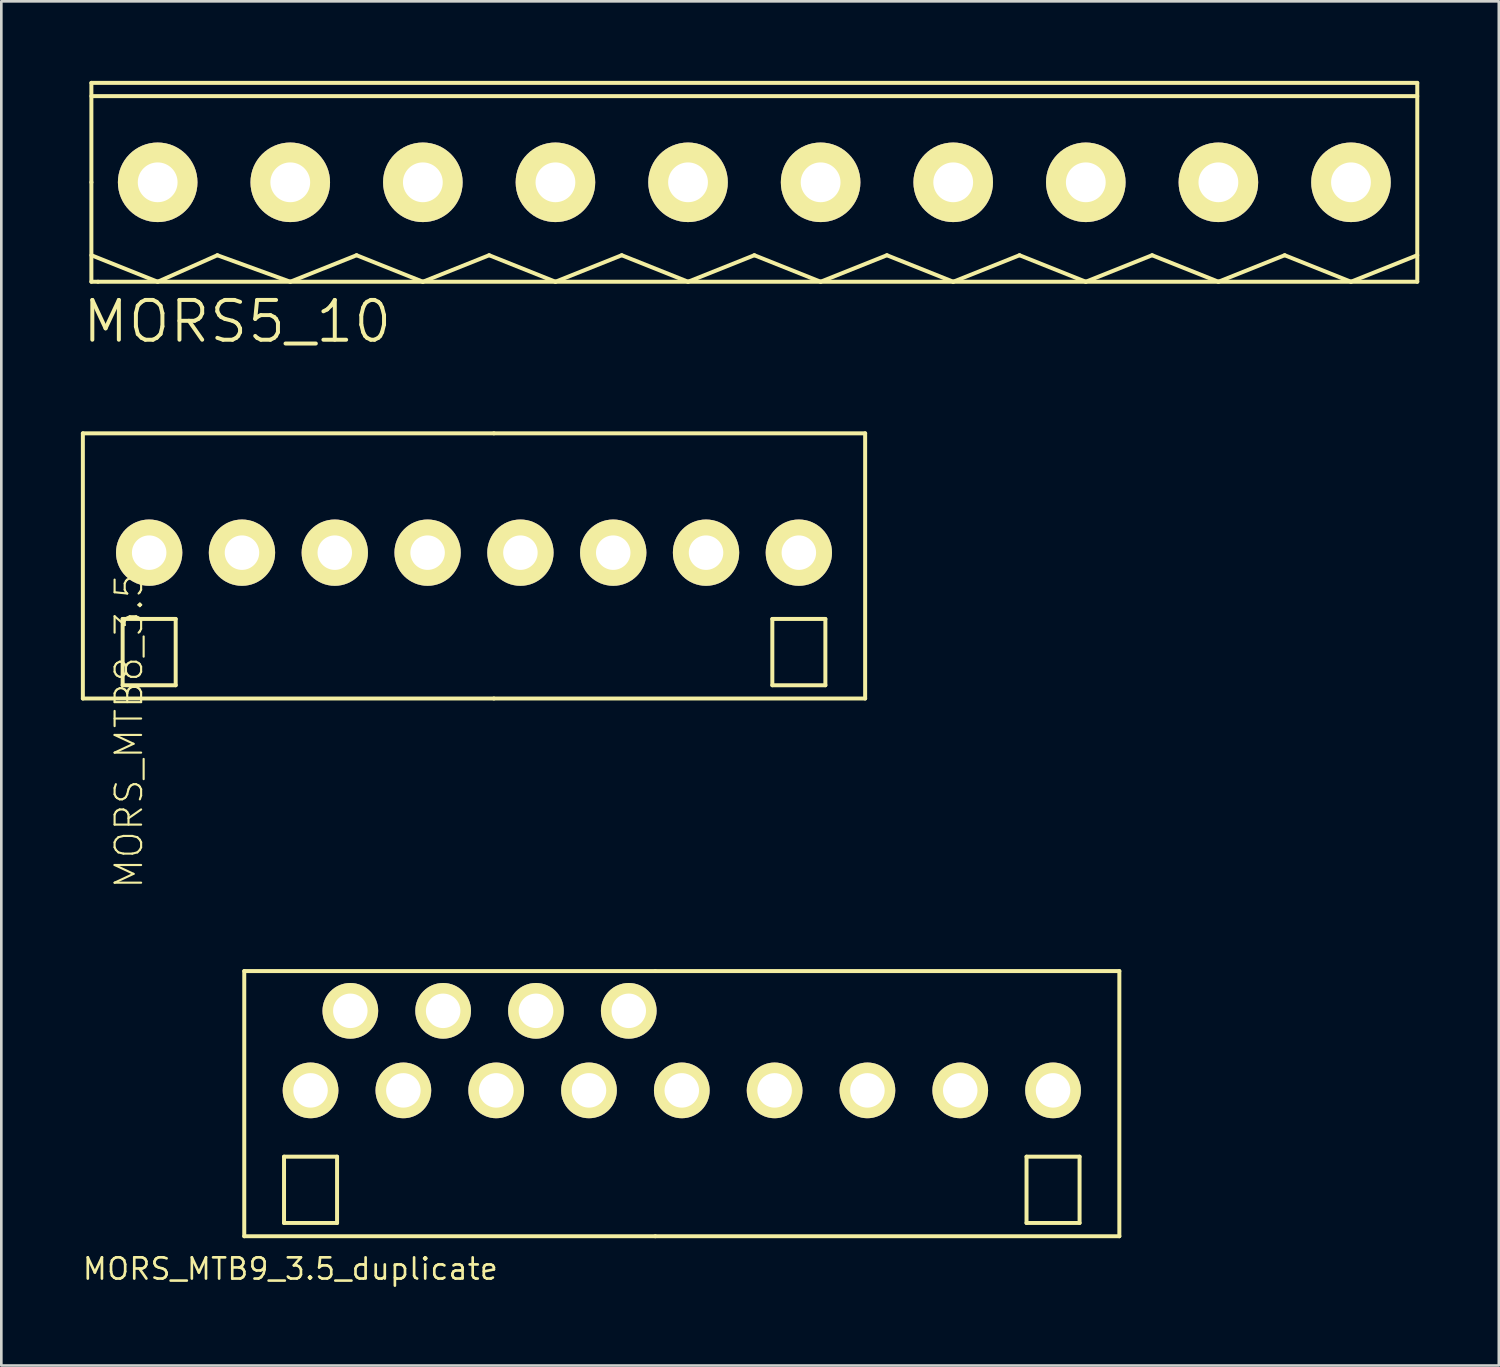
<source format=kicad_pcb>
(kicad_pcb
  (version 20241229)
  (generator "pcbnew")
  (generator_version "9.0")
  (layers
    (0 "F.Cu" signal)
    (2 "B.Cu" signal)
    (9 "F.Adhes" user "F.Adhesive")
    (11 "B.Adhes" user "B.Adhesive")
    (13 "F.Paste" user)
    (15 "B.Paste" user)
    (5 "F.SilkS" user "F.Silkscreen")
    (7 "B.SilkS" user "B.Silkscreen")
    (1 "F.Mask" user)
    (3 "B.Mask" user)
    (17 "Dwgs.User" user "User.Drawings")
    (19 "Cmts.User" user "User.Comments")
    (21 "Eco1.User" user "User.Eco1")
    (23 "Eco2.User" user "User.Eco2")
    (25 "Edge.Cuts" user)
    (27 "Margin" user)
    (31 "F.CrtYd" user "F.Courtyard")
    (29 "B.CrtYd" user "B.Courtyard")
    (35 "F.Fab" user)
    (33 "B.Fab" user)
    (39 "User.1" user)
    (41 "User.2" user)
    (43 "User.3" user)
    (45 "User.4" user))
  (footprint "MORS_MTB8_3.5"
    (layer "F.Cu")
    (at 2.575 17.791)
    (property "Reference" "MORS_MTB8_3.5" (at -0.762 6.731 90) (layer "F.SilkS") (effects (font (size 1 1) (thickness 0.08))))
    (attr through_hole)
    (fp_line (start -2.5 -4.5) (end 13 -4.5) (stroke (width 0.15) (type solid)) (layer "F.SilkS"))
    (fp_line (start -2.5 5.5) (end -2.5 -4.5) (stroke (width 0.15) (type solid)) (layer "F.SilkS"))
    (fp_line (start -1 2.5) (end -1 5) (stroke (width 0.15) (type solid)) (layer "F.SilkS"))
    (fp_line (start -1 5) (end 1 5) (stroke (width 0.15) (type solid)) (layer "F.SilkS"))
    (fp_line (start 1 2.5) (end -1 2.5) (stroke (width 0.15) (type solid)) (layer "F.SilkS"))
    (fp_line (start 1 5) (end 1 2.5) (stroke (width 0.15) (type solid)) (layer "F.SilkS"))
    (fp_line (start 13 5.5) (end -2.5 5.5) (stroke (width 0.15) (type solid)) (layer "F.SilkS"))
    (fp_line (start 13 5.5) (end 27 5.5) (stroke (width 0.15) (type solid)) (layer "F.SilkS"))
    (fp_line (start 23.5 2.5) (end 23.5 5) (stroke (width 0.15) (type solid)) (layer "F.SilkS"))
    (fp_line (start 23.5 5) (end 25.5 5) (stroke (width 0.15) (type solid)) (layer "F.SilkS"))
    (fp_line (start 25.5 2.5) (end 23.5 2.5) (stroke (width 0.15) (type solid)) (layer "F.SilkS"))
    (fp_line (start 25.5 5) (end 25.5 2.5) (stroke (width 0.15) (type solid)) (layer "F.SilkS"))
    (fp_line (start 27 -4.5) (end 13 -4.5) (stroke (width 0.15) (type solid)) (layer "F.SilkS"))
    (fp_line (start 27 -4.5) (end 27 5.5) (stroke (width 0.15) (type solid)) (layer "F.SilkS"))
    (pad "1" thru_hole circle (at 0 0) (size 2.5 2.5) (drill 1.3) (layers "*.Cu" "*.Mask" "F.SilkS"))
    (pad "2" thru_hole circle (at 3.5 0) (size 2.5 2.5) (drill 1.3) (layers "*.Cu" "*.Mask" "F.SilkS"))
    (pad "3" thru_hole circle (at 7 0) (size 2.5 2.5) (drill 1.3) (layers "*.Cu" "*.Mask" "F.SilkS"))
    (pad "4" thru_hole circle (at 10.5 0) (size 2.5 2.5) (drill 1.3) (layers "*.Cu" "*.Mask" "F.SilkS"))
    (pad "5" thru_hole circle (at 14 0) (size 2.5 2.5) (drill 1.3) (layers "*.Cu" "*.Mask" "F.SilkS"))
    (pad "6" thru_hole circle (at 17.5 0) (size 2.5 2.5) (drill 1.3) (layers "*.Cu" "*.Mask" "F.SilkS"))
    (pad "7" thru_hole circle (at 21 0) (size 2.5 2.5) (drill 1.3) (layers "*.Cu" "*.Mask" "F.SilkS"))
    (pad "8" thru_hole circle (at 24.5 0) (size 2.5 2.5) (drill 1.3) (layers "*.Cu" "*.Mask" "F.SilkS")))
  (footprint "MORS5_10"
    (layer "F.Cu")
    (at 2.896 3.825)
    (property "Reference" "MORS5_10" (at 3 5.25 0) (layer "F.SilkS") (effects (font (size 1.5 1.5) (thickness 0.15))))
    (attr through_hole)
    (fp_line (start -2.5 -3.75) (end 47.5 -3.75) (stroke (width 0.15) (type solid)) (layer "F.SilkS"))
    (fp_line (start -2.5 -3.25) (end 47.5 -3.25) (stroke (width 0.15) (type solid)) (layer "F.SilkS"))
    (fp_line (start -2.5 0) (end -2.5 -3.75) (stroke (width 0.15) (type solid)) (layer "F.SilkS"))
    (fp_line (start -2.5 2.75) (end 0 3.75) (stroke (width 0.15) (type solid)) (layer "F.SilkS"))
    (fp_line (start -2.5 3.75) (end -2.5 0) (stroke (width 0.15) (type solid)) (layer "F.SilkS"))
    (fp_line (start -2.25 3.75) (end -2.5 3.75) (stroke (width 0.15) (type solid)) (layer "F.SilkS"))
    (fp_line (start 0 3.75) (end 2.25 2.75) (stroke (width 0.15) (type solid)) (layer "F.SilkS"))
    (fp_line (start 2.25 2.75) (end 5 3.75) (stroke (width 0.15) (type solid)) (layer "F.SilkS"))
    (fp_line (start 5 3.75) (end 7.5 2.75) (stroke (width 0.15) (type solid)) (layer "F.SilkS"))
    (fp_line (start 7.5 2.75) (end 10 3.75) (stroke (width 0.15) (type solid)) (layer "F.SilkS"))
    (fp_line (start 10 3.75) (end 12.5 2.75) (stroke (width 0.15) (type solid)) (layer "F.SilkS"))
    (fp_line (start 12.5 2.75) (end 15 3.75) (stroke (width 0.15) (type solid)) (layer "F.SilkS"))
    (fp_line (start 15 3.75) (end 17.5 2.75) (stroke (width 0.15) (type solid)) (layer "F.SilkS"))
    (fp_line (start 17.5 2.75) (end 20 3.75) (stroke (width 0.15) (type solid)) (layer "F.SilkS"))
    (fp_line (start 20 3.75) (end 22.5 2.75) (stroke (width 0.15) (type solid)) (layer "F.SilkS"))
    (fp_line (start 22.5 2.75) (end 25 3.75) (stroke (width 0.15) (type solid)) (layer "F.SilkS"))
    (fp_line (start 25 3.75) (end 27.5 2.75) (stroke (width 0.15) (type solid)) (layer "F.SilkS"))
    (fp_line (start 27.5 2.75) (end 30 3.75) (stroke (width 0.15) (type solid)) (layer "F.SilkS"))
    (fp_line (start 30 3.75) (end 32.5 2.75) (stroke (width 0.15) (type solid)) (layer "F.SilkS"))
    (fp_line (start 32.5 2.75) (end 35 3.75) (stroke (width 0.15) (type solid)) (layer "F.SilkS"))
    (fp_line (start 35 3.75) (end 37.5 2.75) (stroke (width 0.15) (type solid)) (layer "F.SilkS"))
    (fp_line (start 37.5 2.75) (end 40 3.75) (stroke (width 0.15) (type solid)) (layer "F.SilkS"))
    (fp_line (start 40 3.75) (end 42.5 2.75) (stroke (width 0.15) (type solid)) (layer "F.SilkS"))
    (fp_line (start 42.5 2.75) (end 45 3.75) (stroke (width 0.15) (type solid)) (layer "F.SilkS"))
    (fp_line (start 45 3.75) (end 47.5 2.75) (stroke (width 0.15) (type solid)) (layer "F.SilkS"))
    (fp_line (start 47.5 3.75) (end -2.25 3.75) (stroke (width 0.15) (type solid)) (layer "F.SilkS"))
    (fp_line (start 47.5 3.75) (end 47.5 -3.75) (stroke (width 0.15) (type solid)) (layer "F.SilkS"))
    (pad "1" thru_hole circle (at 0 0) (size 3 3) (drill 1.5) (layers "*.Cu" "*.Mask" "F.SilkS"))
    (pad "2" thru_hole circle (at 5 0) (size 3 3) (drill 1.5) (layers "*.Cu" "*.Mask" "F.SilkS"))
    (pad "3" thru_hole circle (at 10 0) (size 3 3) (drill 1.5) (layers "*.Cu" "*.Mask" "F.SilkS"))
    (pad "4" thru_hole circle (at 15 0) (size 3 3) (drill 1.5) (layers "*.Cu" "*.Mask" "F.SilkS"))
    (pad "5" thru_hole circle (at 20 0) (size 3 3) (drill 1.5) (layers "*.Cu" "*.Mask" "F.SilkS"))
    (pad "6" thru_hole circle (at 25 0) (size 3 3) (drill 1.5) (layers "*.Cu" "*.Mask" "F.SilkS"))
    (pad "7" thru_hole circle (at 30 0) (size 3 3) (drill 1.5) (layers "*.Cu" "*.Mask" "F.SilkS"))
    (pad "8" thru_hole circle (at 35 0) (size 3 3) (drill 1.5) (layers "*.Cu" "*.Mask" "F.SilkS"))
    (pad "9" thru_hole circle (at 40 0) (size 3 3) (drill 1.5) (layers "*.Cu" "*.Mask" "F.SilkS"))
    (pad "10" thru_hole circle (at 45 0) (size 3 3) (drill 1.5) (layers "*.Cu" "*.Mask" "F.SilkS")))
  (footprint "MORS_MTB9_3.5_duplicate"
    (layer "F.Cu")
    (at 8.661 38.069)
    (property "Reference" "MORS_MTB9_3.5_duplicate" (at -0.762 6.731 0) (layer "F.SilkS") (effects (font (size 0.8 0.8) (thickness 0.1))))
    (attr through_hole)
    (fp_line (start -2.5 -4.5) (end 13 -4.5) (stroke (width 0.15) (type solid)) (layer "F.SilkS"))
    (fp_line (start -2.5 5.5) (end -2.5 -4.5) (stroke (width 0.15) (type solid)) (layer "F.SilkS"))
    (fp_line (start -1 2.5) (end -1 5) (stroke (width 0.15) (type solid)) (layer "F.SilkS"))
    (fp_line (start -1 5) (end 1 5) (stroke (width 0.15) (type solid)) (layer "F.SilkS"))
    (fp_line (start 1 2.5) (end -1 2.5) (stroke (width 0.15) (type solid)) (layer "F.SilkS"))
    (fp_line (start 1 5) (end 1 2.5) (stroke (width 0.15) (type solid)) (layer "F.SilkS"))
    (fp_line (start 13 5.5) (end -2.5 5.5) (stroke (width 0.15) (type solid)) (layer "F.SilkS"))
    (fp_line (start 13 5.5) (end 30.5 5.5) (stroke (width 0.15) (type solid)) (layer "F.SilkS"))
    (fp_line (start 27 2.5) (end 27 5) (stroke (width 0.15) (type solid)) (layer "F.SilkS"))
    (fp_line (start 27 5) (end 29 5) (stroke (width 0.15) (type solid)) (layer "F.SilkS"))
    (fp_line (start 29 2.5) (end 27 2.5) (stroke (width 0.15) (type solid)) (layer "F.SilkS"))
    (fp_line (start 29 5) (end 29 2.5) (stroke (width 0.15) (type solid)) (layer "F.SilkS"))
    (fp_line (start 30.5 -4.5) (end 13 -4.5) (stroke (width 0.15) (type solid)) (layer "F.SilkS"))
    (fp_line (start 30.5 -4.5) (end 30.5 5.5) (stroke (width 0.15) (type solid)) (layer "F.SilkS"))
    (pad "1" thru_hole circle (at 0 0) (size 2.1 2.1) (drill 1.3) (layers "*.Cu" "*.Mask" "F.SilkS"))
    (pad "2" thru_hole circle (at 3.5 0) (size 2.1 2.1) (drill 1.3) (layers "*.Cu" "*.Mask" "F.SilkS"))
    (pad "3" thru_hole circle (at 7 0) (size 2.1 2.1) (drill 1.3) (layers "*.Cu" "*.Mask" "F.SilkS"))
    (pad "4" thru_hole circle (at 10.5 0) (size 2.1 2.1) (drill 1.3) (layers "*.Cu" "*.Mask" "F.SilkS"))
    (pad "5" thru_hole circle (at 14 0) (size 2.1 2.1) (drill 1.3) (layers "*.Cu" "*.Mask" "F.SilkS"))
    (pad "6" thru_hole circle (at 1.5 -3) (size 2.1 2.1) (drill 1.3) (layers "*.Cu" "*.Mask" "F.SilkS"))
    (pad "6" thru_hole circle (at 17.5 0) (size 2.1 2.1) (drill 1.3) (layers "*.Cu" "*.Mask" "F.SilkS"))
    (pad "7" thru_hole circle (at 5 -3) (size 2.1 2.1) (drill 1.3) (layers "*.Cu" "*.Mask" "F.SilkS"))
    (pad "7" thru_hole circle (at 21 0) (size 2.1 2.1) (drill 1.3) (layers "*.Cu" "*.Mask" "F.SilkS"))
    (pad "8" thru_hole circle (at 8.5 -3) (size 2.1 2.1) (drill 1.3) (layers "*.Cu" "*.Mask" "F.SilkS"))
    (pad "8" thru_hole circle (at 24.5 0) (size 2.1 2.1) (drill 1.3) (layers "*.Cu" "*.Mask" "F.SilkS"))
    (pad "9" thru_hole circle (at 12 -3) (size 2.1 2.1) (drill 1.3) (layers "*.Cu" "*.Mask" "F.SilkS"))
    (pad "9" thru_hole circle (at 28 0) (size 2.1 2.1) (drill 1.3) (layers "*.Cu" "*.Mask" "F.SilkS")))
  (gr_rect
    (start -3 -3)
    (end 53.471 48.444)
    (stroke (width 0.1) (type default))
    (fill no)
    (layer "Edge.Cuts")))
</source>
